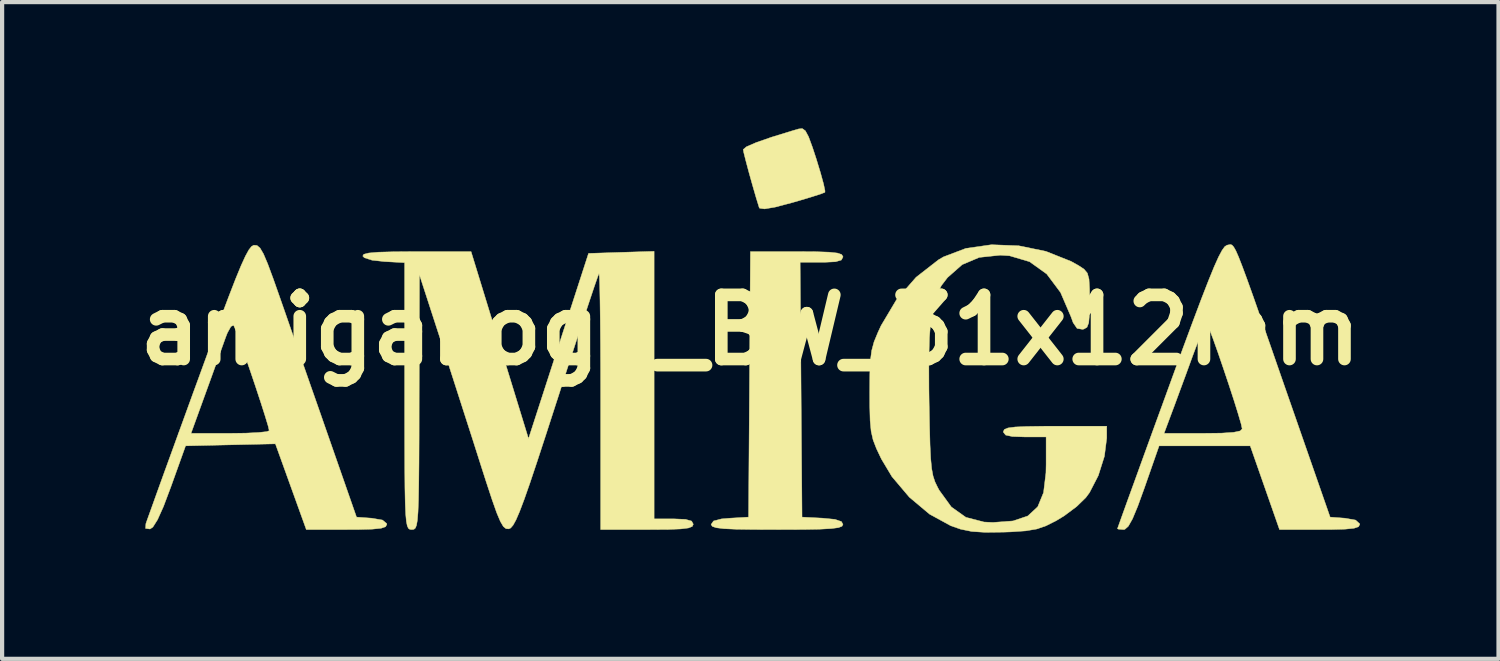
<source format=kicad_pcb>
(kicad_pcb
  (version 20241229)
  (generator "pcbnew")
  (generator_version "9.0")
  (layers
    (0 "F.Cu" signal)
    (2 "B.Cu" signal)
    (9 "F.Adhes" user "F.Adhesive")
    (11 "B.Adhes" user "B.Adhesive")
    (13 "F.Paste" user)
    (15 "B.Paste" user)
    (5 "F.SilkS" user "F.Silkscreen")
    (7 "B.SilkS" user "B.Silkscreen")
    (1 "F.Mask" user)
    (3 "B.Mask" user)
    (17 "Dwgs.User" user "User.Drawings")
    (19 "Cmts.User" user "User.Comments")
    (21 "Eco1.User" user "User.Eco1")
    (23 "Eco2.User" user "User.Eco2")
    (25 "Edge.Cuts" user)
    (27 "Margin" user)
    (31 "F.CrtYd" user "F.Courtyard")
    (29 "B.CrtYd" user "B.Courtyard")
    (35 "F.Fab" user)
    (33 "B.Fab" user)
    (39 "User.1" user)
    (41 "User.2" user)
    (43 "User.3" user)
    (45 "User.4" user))
  (footprint "amigaLogo_BW_31x12mm"
    (layer "F.Cu")
    (at 14.776 4.79)
    (property "Reference" "amigaLogo_BW_31x12mm" (at 0 0 0) (layer "F.SilkS") (effects (font (size 1.524 1.524) (thickness 0.3))))
    (attr through_hole)
    (fp_poly (pts (xy 1.308 -4.732) (xy 1.383 -4.592) (xy 1.477 -4.337) (xy 1.566 -4.066) (xy 1.667 -3.734) (xy 1.74 -3.468) (xy 1.774 -3.304) (xy 1.772 -3.271) (xy 1.68 -3.235) (xy 1.463 -3.165) (xy 1.16 -3.074) (xy 0.989 -3.025) (xy 0.591 -2.92) (xy 0.339 -2.877) (xy 0.221 -2.893) (xy 0.21 -2.909) (xy 0.139 -3.139) (xy 0.054 -3.433) (xy -0.033 -3.743) (xy -0.107 -4.021) (xy -0.157 -4.22) (xy -0.169 -4.289) (xy -0.09 -4.355) (xy 0.139 -4.454) (xy 0.501 -4.58) (xy 0.981 -4.728) (xy 1.148 -4.777) (xy 1.235 -4.785) (xy 1.308 -4.732)) (stroke (width 0.01) (type solid)) (fill yes) (layer "F.SilkS"))
    (fp_poly (pts (xy 1.56 -1.86) (xy 1.874 -1.849) (xy 2.069 -1.828) (xy 2.169 -1.794) (xy 2.201 -1.744) (xy 2.201 -1.736) (xy 2.162 -1.662) (xy 2.024 -1.622) (xy 1.755 -1.609) (xy 1.692 -1.609) (xy 1.183 -1.609) (xy 1.205 1.418) (xy 1.228 4.445) (xy 1.714 4.47) (xy 2.011 4.499) (xy 2.164 4.551) (xy 2.201 4.619) (xy 2.177 4.663) (xy 2.092 4.695) (xy 1.924 4.717) (xy 1.651 4.732) (xy 1.255 4.739) (xy 0.712 4.741) (xy 0.635 4.741) (xy 0.073 4.739) (xy -0.34 4.733) (xy -0.627 4.72) (xy -0.807 4.698) (xy -0.901 4.667) (xy -0.931 4.624) (xy -0.931 4.619) (xy -0.874 4.537) (xy -0.686 4.488) (xy -0.487 4.471) (xy -0.042 4.445) (xy -0.02 1.291) (xy 0.002 -1.863) (xy 1.102 -1.863) (xy 1.56 -1.86)) (stroke (width 0.01) (type solid)) (fill yes) (layer "F.SilkS"))
    (fp_poly (pts (xy -11.72 -2.008) (xy -11.648 -1.947) (xy -11.567 -1.809) (xy -11.466 -1.571) (xy -11.332 -1.21) (xy -11.228 -0.915) (xy -11.086 -0.51) (xy -10.903 0.016) (xy -10.69 0.625) (xy -10.462 1.278) (xy -10.231 1.937) (xy -10.095 2.328) (xy -9.356 4.445) (xy -8.996 4.471) (xy -8.739 4.515) (xy -8.638 4.6) (xy -8.636 4.619) (xy -8.666 4.674) (xy -8.772 4.71) (xy -8.981 4.731) (xy -9.318 4.74) (xy -9.592 4.741) (xy -10.549 4.741) (xy -10.916 3.723) (xy -11.283 2.704) (xy -12.35 2.728) (xy -13.417 2.752) (xy -13.766 3.725) (xy -13.942 4.193) (xy -14.084 4.508) (xy -14.195 4.683) (xy -14.262 4.728) (xy -14.368 4.714) (xy -14.36 4.601) (xy -14.321 4.489) (xy -14.23 4.237) (xy -14.095 3.86) (xy -13.921 3.378) (xy -13.714 2.809) (xy -13.586 2.455) (xy -13.288 2.455) (xy -12.359 2.455) (xy -11.985 2.45) (xy -11.683 2.435) (xy -11.487 2.414) (xy -11.43 2.392) (xy -11.456 2.28) (xy -11.527 2.045) (xy -11.63 1.722) (xy -11.754 1.346) (xy -11.887 0.952) (xy -12.017 0.574) (xy -12.133 0.249) (xy -12.222 0.01) (xy -12.274 -0.108) (xy -12.277 -0.113) (xy -12.339 -0.084) (xy -12.424 0.068) (xy -12.469 0.184) (xy -12.551 0.413) (xy -12.672 0.752) (xy -12.816 1.153) (xy -12.943 1.503) (xy -13.288 2.455) (xy -13.586 2.455) (xy -13.482 2.17) (xy -13.231 1.478) (xy -13.139 1.228) (xy -12.841 0.411) (xy -12.593 -0.26) (xy -12.39 -0.798) (xy -12.227 -1.218) (xy -12.097 -1.533) (xy -11.995 -1.756) (xy -11.915 -1.902) (xy -11.852 -1.983) (xy -11.799 -2.014) (xy -11.795 -2.015) (xy -11.72 -2.008)) (stroke (width 0.01) (type solid)) (fill yes) (layer "F.SilkS"))
    (fp_poly (pts (xy 11.443 -2.018) (xy 11.483 -1.974) (xy 11.534 -1.885) (xy 11.599 -1.737) (xy 11.685 -1.517) (xy 11.798 -1.212) (xy 11.943 -0.808) (xy 12.124 -0.291) (xy 12.349 0.352) (xy 12.621 1.135) (xy 12.771 1.566) (xy 13.774 4.445) (xy 14.126 4.471) (xy 14.38 4.516) (xy 14.477 4.605) (xy 14.478 4.619) (xy 14.448 4.674) (xy 14.342 4.71) (xy 14.133 4.731) (xy 13.795 4.74) (xy 13.525 4.741) (xy 12.572 4.741) (xy 12.224 3.747) (xy 11.876 2.752) (xy 9.711 2.752) (xy 9.364 3.746) (xy 9.204 4.187) (xy 9.08 4.485) (xy 8.981 4.661) (xy 8.898 4.735) (xy 8.869 4.741) (xy 8.744 4.731) (xy 8.722 4.72) (xy 8.751 4.639) (xy 8.831 4.415) (xy 8.957 4.065) (xy 9.124 3.606) (xy 9.324 3.053) (xy 9.541 2.455) (xy 9.829 2.455) (xy 10.756 2.455) (xy 11.194 2.45) (xy 11.481 2.431) (xy 11.638 2.398) (xy 11.685 2.349) (xy 11.66 2.232) (xy 11.591 1.996) (xy 11.491 1.675) (xy 11.37 1.304) (xy 11.239 0.914) (xy 11.111 0.54) (xy 10.995 0.214) (xy 10.903 -0.029) (xy 10.847 -0.156) (xy 10.837 -0.167) (xy 10.792 -0.093) (xy 10.705 0.106) (xy 10.591 0.396) (xy 10.509 0.614) (xy 10.358 1.029) (xy 10.2 1.456) (xy 10.065 1.823) (xy 10.026 1.926) (xy 9.829 2.455) (xy 9.541 2.455) (xy 9.552 2.425) (xy 9.803 1.737) (xy 9.942 1.355) (xy 10.247 0.517) (xy 10.503 -0.174) (xy 10.713 -0.732) (xy 10.883 -1.169) (xy 11.018 -1.5) (xy 11.124 -1.736) (xy 11.207 -1.892) (xy 11.271 -1.981) (xy 11.323 -2.015) (xy 11.328 -2.016) (xy 11.371 -2.025) (xy 11.408 -2.031) (xy 11.443 -2.018)) (stroke (width 0.01) (type solid)) (fill yes) (layer "F.SilkS"))
    (fp_poly (pts (xy -2.286 4.487) (xy -1.82 4.487) (xy -1.54 4.499) (xy -1.395 4.539) (xy -1.355 4.614) (xy -1.379 4.667) (xy -1.469 4.703) (xy -1.651 4.726) (xy -1.948 4.738) (xy -2.385 4.741) (xy -2.455 4.741) (xy -3.556 4.741) (xy -3.556 1.679) (xy -3.557 0.98) (xy -3.56 0.339) (xy -3.565 -0.225) (xy -3.571 -0.694) (xy -3.578 -1.049) (xy -3.586 -1.272) (xy -3.595 -1.344) (xy -3.629 -1.257) (xy -3.709 -1.027) (xy -3.828 -0.671) (xy -3.981 -0.209) (xy -4.162 0.343) (xy -4.365 0.966) (xy -4.583 1.643) (xy -4.601 1.697) (xy -4.856 2.486) (xy -5.066 3.127) (xy -5.236 3.635) (xy -5.373 4.026) (xy -5.482 4.314) (xy -5.568 4.513) (xy -5.637 4.638) (xy -5.694 4.704) (xy -5.739 4.725) (xy -5.805 4.719) (xy -5.868 4.668) (xy -5.938 4.549) (xy -6.025 4.343) (xy -6.136 4.029) (xy -6.282 3.586) (xy -6.392 3.243) (xy -6.591 2.618) (xy -6.821 1.903) (xy -7.057 1.169) (xy -7.276 0.49) (xy -7.366 0.212) (xy -7.861 -1.312) (xy -7.868 1.714) (xy -7.869 2.51) (xy -7.872 3.152) (xy -7.877 3.657) (xy -7.884 4.042) (xy -7.895 4.323) (xy -7.91 4.517) (xy -7.931 4.639) (xy -7.958 4.706) (xy -7.993 4.735) (xy -8.036 4.741) (xy -8.043 4.741) (xy -8.087 4.737) (xy -8.122 4.714) (xy -8.15 4.655) (xy -8.172 4.546) (xy -8.188 4.37) (xy -8.199 4.11) (xy -8.206 3.752) (xy -8.21 3.279) (xy -8.212 2.675) (xy -8.213 1.924) (xy -8.213 1.571) (xy -8.213 -1.6) (xy -8.693 -1.626) (xy -8.988 -1.659) (xy -9.169 -1.717) (xy -9.208 -1.757) (xy -9.183 -1.799) (xy -9.065 -1.829) (xy -8.834 -1.849) (xy -8.471 -1.859) (xy -7.959 -1.863) (xy -7.939 -1.863) (xy -6.635 -1.863) (xy -5.27 2.582) (xy -4.557 0.381) (xy -3.844 -1.82) (xy -3.065 -1.845) (xy -2.286 -1.869) (xy -2.286 4.487)) (stroke (width 0.01) (type solid)) (fill yes) (layer "F.SilkS"))
    (fp_poly (pts (xy 6.377 -2.001) (xy 7.021 -1.869) (xy 7.619 -1.631) (xy 7.797 -1.532) (xy 7.929 -1.444) (xy 8.007 -1.351) (xy 8.046 -1.209) (xy 8.059 -0.973) (xy 8.061 -0.707) (xy 8.057 -0.372) (xy 8.039 -0.17) (xy 7.998 -0.065) (xy 7.926 -0.023) (xy 7.891 -0.016) (xy 7.763 -0.038) (xy 7.669 -0.175) (xy 7.619 -0.313) (xy 7.37 -0.892) (xy 7.041 -1.331) (xy 6.634 -1.623) (xy 6.157 -1.764) (xy 5.938 -1.778) (xy 5.438 -1.725) (xy 5.034 -1.554) (xy 4.686 -1.248) (xy 4.684 -1.246) (xy 4.539 -1.056) (xy 4.427 -0.841) (xy 4.344 -0.578) (xy 4.288 -0.245) (xy 4.255 0.18) (xy 4.241 0.721) (xy 4.243 1.4) (xy 4.247 1.693) (xy 4.258 2.281) (xy 4.269 2.725) (xy 4.285 3.054) (xy 4.308 3.293) (xy 4.341 3.469) (xy 4.387 3.608) (xy 4.45 3.738) (xy 4.487 3.807) (xy 4.775 4.204) (xy 5.121 4.45) (xy 5.551 4.562) (xy 5.764 4.572) (xy 6.243 4.536) (xy 6.592 4.418) (xy 6.828 4.199) (xy 6.966 3.863) (xy 7.023 3.392) (xy 7.027 3.196) (xy 7.027 2.54) (xy 6.519 2.54) (xy 6.224 2.53) (xy 6.066 2.496) (xy 6.012 2.428) (xy 6.011 2.413) (xy 6.035 2.363) (xy 6.121 2.327) (xy 6.293 2.304) (xy 6.576 2.292) (xy 6.994 2.286) (xy 7.239 2.286) (xy 8.467 2.286) (xy 8.467 2.567) (xy 8.412 3) (xy 8.267 3.458) (xy 8.059 3.861) (xy 7.97 3.982) (xy 7.752 4.194) (xy 7.459 4.413) (xy 7.269 4.529) (xy 7.026 4.651) (xy 6.803 4.728) (xy 6.542 4.772) (xy 6.19 4.796) (xy 6.011 4.802) (xy 5.58 4.807) (xy 5.26 4.786) (xy 4.996 4.732) (xy 4.763 4.651) (xy 4.258 4.375) (xy 3.778 3.972) (xy 3.364 3.483) (xy 3.114 3.065) (xy 2.996 2.817) (xy 2.917 2.612) (xy 2.87 2.406) (xy 2.846 2.153) (xy 2.837 1.807) (xy 2.836 1.484) (xy 2.839 1.044) (xy 2.852 0.727) (xy 2.883 0.489) (xy 2.939 0.282) (xy 3.03 0.061) (xy 3.106 -0.104) (xy 3.473 -0.721) (xy 3.939 -1.254) (xy 4.469 -1.667) (xy 4.591 -1.738) (xy 5.12 -1.939) (xy 5.729 -2.026) (xy 6.377 -2.001)) (stroke (width 0.01) (type solid)) (fill yes) (layer "F.SilkS")))
  (gr_rect
    (start -3 -3)
    (end 32.551 12.602)
    (stroke (width 0.1) (type default))
    (fill no)
    (layer "Edge.Cuts")))
</source>
